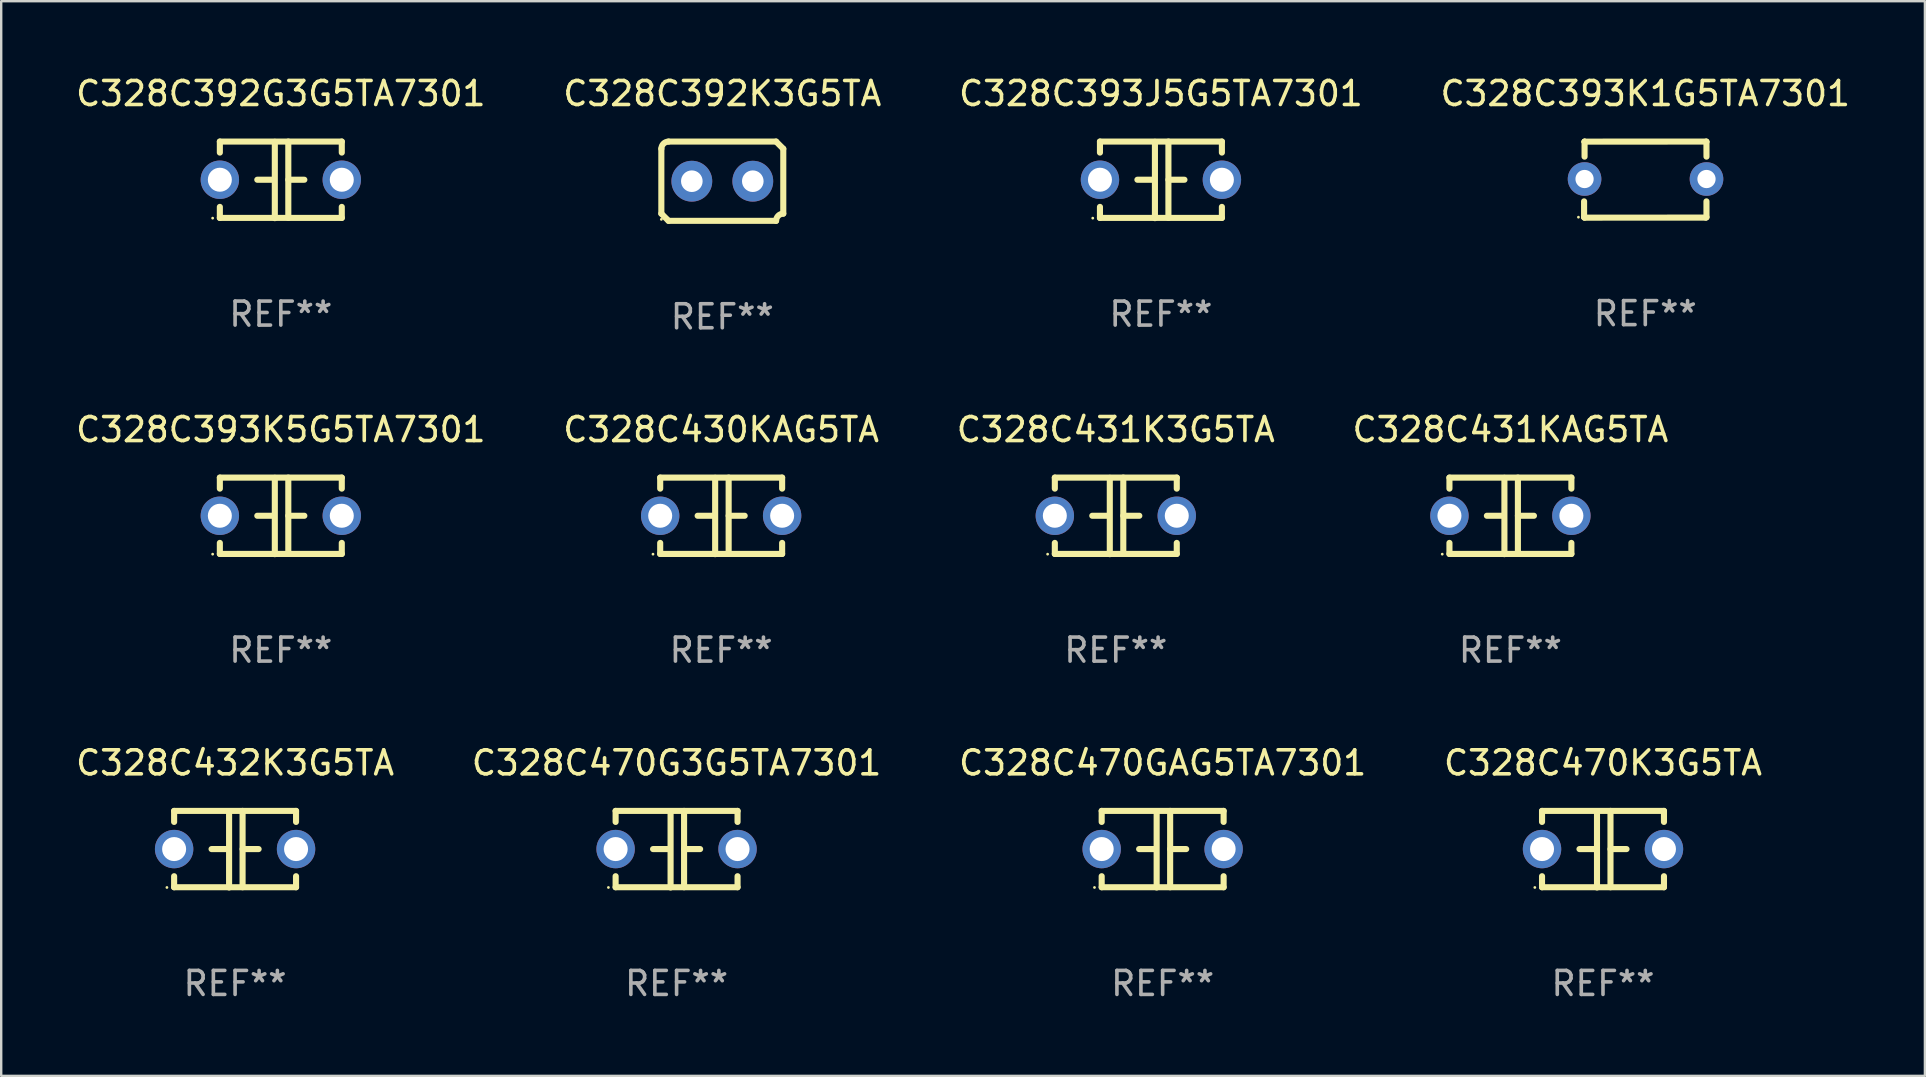
<source format=kicad_pcb>
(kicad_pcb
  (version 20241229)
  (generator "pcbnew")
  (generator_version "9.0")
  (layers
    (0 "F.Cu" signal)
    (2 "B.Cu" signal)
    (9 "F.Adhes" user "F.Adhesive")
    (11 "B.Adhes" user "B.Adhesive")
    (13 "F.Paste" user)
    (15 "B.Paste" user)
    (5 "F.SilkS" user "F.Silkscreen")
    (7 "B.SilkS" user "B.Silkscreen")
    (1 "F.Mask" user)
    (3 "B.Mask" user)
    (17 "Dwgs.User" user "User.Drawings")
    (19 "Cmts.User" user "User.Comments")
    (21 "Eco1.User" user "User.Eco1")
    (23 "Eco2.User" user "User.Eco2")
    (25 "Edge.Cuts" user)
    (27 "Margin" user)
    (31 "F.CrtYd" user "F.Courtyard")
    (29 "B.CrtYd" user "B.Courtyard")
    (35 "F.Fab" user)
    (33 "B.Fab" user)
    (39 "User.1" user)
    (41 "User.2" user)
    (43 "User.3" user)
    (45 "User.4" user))
  (footprint "C328C430KAG5TA"
    (layer "F.Cu")
    (at 26.994 18.442)
    (property "Reference" "C328C430KAG5TA" (at 0 -3.595 0) (layer "F.SilkS") (effects (font (size 1 1) (thickness 0.15))))
    (attr through_hole)
    (fp_line (start -2.54 -1.595) (end -2.54 -1.136) (stroke (width 0.254) (type solid)) (layer "F.SilkS"))
    (fp_line (start -2.54 -1.595) (end 2.54 -1.595) (stroke (width 0.254) (type solid)) (layer "F.SilkS"))
    (fp_line (start -2.54 1.126) (end -2.54 1.585) (stroke (width 0.254) (type solid)) (layer "F.SilkS"))
    (fp_line (start -0.312 -0.005) (end -0.98 -0.005) (stroke (width 0.254) (type solid)) (layer "F.SilkS"))
    (fp_line (start -0.25 -1.585) (end -0.25 1.595) (stroke (width 0.254) (type solid)) (layer "F.SilkS"))
    (fp_line (start 0.312 -1.595) (end 0.312 1.585) (stroke (width 0.254) (type solid)) (layer "F.SilkS"))
    (fp_line (start 0.312 -0.005) (end 0.98 -0.005) (stroke (width 0.254) (type solid)) (layer "F.SilkS"))
    (fp_line (start 2.54 -1.595) (end 2.54 -1.136) (stroke (width 0.254) (type solid)) (layer "F.SilkS"))
    (fp_line (start 2.54 1.126) (end 2.54 1.585) (stroke (width 0.254) (type solid)) (layer "F.SilkS"))
    (fp_line (start 2.54 1.585) (end -2.54 1.585) (stroke (width 0.254) (type solid)) (layer "F.SilkS"))
    (fp_circle (center -2.84 1.595) (end -2.81 1.595) (stroke (width 0.06) (type solid)) (fill no) (layer "F.SilkS"))
    (fp_text user "REF**" (at 0 5.595 0) (layer "F.Fab") (effects (font (size 1 1) (thickness 0.15))))
    (pad "1" thru_hole circle (at -2.54 -0.005) (size 1.6 1.6) (drill 1) (layers "*.Cu" "*.Mask"))
    (pad "2" thru_hole circle (at 2.54 -0.005) (size 1.6 1.6) (drill 1) (layers "*.Cu" "*.Mask")))
  (footprint "C328C432K3G5TA"
    (layer "F.Cu")
    (at 6.744 32.328)
    (property "Reference" "C328C432K3G5TA" (at 0 -3.595 0) (layer "F.SilkS") (effects (font (size 1 1) (thickness 0.15))))
    (attr through_hole)
    (fp_line (start -2.54 -1.595) (end -2.54 -1.136) (stroke (width 0.254) (type solid)) (layer "F.SilkS"))
    (fp_line (start -2.54 -1.595) (end 2.54 -1.595) (stroke (width 0.254) (type solid)) (layer "F.SilkS"))
    (fp_line (start -2.54 1.126) (end -2.54 1.585) (stroke (width 0.254) (type solid)) (layer "F.SilkS"))
    (fp_line (start -0.312 -0.005) (end -0.98 -0.005) (stroke (width 0.254) (type solid)) (layer "F.SilkS"))
    (fp_line (start -0.25 -1.585) (end -0.25 1.595) (stroke (width 0.254) (type solid)) (layer "F.SilkS"))
    (fp_line (start 0.312 -1.595) (end 0.312 1.585) (stroke (width 0.254) (type solid)) (layer "F.SilkS"))
    (fp_line (start 0.312 -0.005) (end 0.98 -0.005) (stroke (width 0.254) (type solid)) (layer "F.SilkS"))
    (fp_line (start 2.54 -1.595) (end 2.54 -1.136) (stroke (width 0.254) (type solid)) (layer "F.SilkS"))
    (fp_line (start 2.54 1.126) (end 2.54 1.585) (stroke (width 0.254) (type solid)) (layer "F.SilkS"))
    (fp_line (start 2.54 1.585) (end -2.54 1.585) (stroke (width 0.254) (type solid)) (layer "F.SilkS"))
    (fp_circle (center -2.84 1.595) (end -2.81 1.595) (stroke (width 0.06) (type solid)) (fill no) (layer "F.SilkS"))
    (fp_text user "REF**" (at 0 5.595 0) (layer "F.Fab") (effects (font (size 1 1) (thickness 0.15))))
    (pad "1" thru_hole circle (at -2.54 -0.005) (size 1.6 1.6) (drill 1) (layers "*.Cu" "*.Mask"))
    (pad "2" thru_hole circle (at 2.54 -0.005) (size 1.6 1.6) (drill 1) (layers "*.Cu" "*.Mask")))
  (footprint "C328C392K3G5TA"
    (layer "F.Cu")
    (at 27.042 4.499)
    (property "Reference" "C328C392K3G5TA" (at 0 -3.651 0) (layer "F.SilkS") (effects (font (size 1 1) (thickness 0.15))))
    (attr through_hole)
    (fp_line (start -2.54 -1.351) (end -2.54 1.351) (stroke (width 0.254) (type solid)) (layer "F.SilkS"))
    (fp_line (start -2.24 -1.651) (end 2.24 -1.651) (stroke (width 0.254) (type solid)) (layer "F.SilkS"))
    (fp_line (start 2.24 1.651) (end -2.24 1.651) (stroke (width 0.254) (type solid)) (layer "F.SilkS"))
    (fp_line (start 2.54 1.351) (end 2.54 -1.351) (stroke (width 0.254) (type solid)) (layer "F.SilkS"))
    (fp_arc (start -2.540005 -1.351283) (mid -2.450115 -1.561309) (end -2.240005 -1.651003) (stroke (width 0.254001) (type solid)) (layer "F.SilkS"))
    (fp_arc (start -2.240287 1.651001) (mid -2.390163 1.501019) (end -2.540005 1.351003) (stroke (width 0.254001) (type solid)) (layer "F.SilkS"))
    (fp_arc (start 2.240005 1.651003) (mid 2.329934 1.441015) (end 2.540005 1.351282) (stroke (width 0.254001) (type solid)) (layer "F.SilkS"))
    (fp_arc (start 2.540005 -1.351003) (mid 2.389393 -1.500252) (end 2.240284 -1.651003) (stroke (width 0.254001) (type solid)) (layer "F.SilkS"))
    (fp_circle (center -2.54 1.59) (end -2.51 1.59) (stroke (width 0.06) (type solid)) (fill no) (layer "F.SilkS"))
    (fp_text user "REF**" (at 0 5.651 0) (layer "F.Fab") (effects (font (size 1 1) (thickness 0.15))))
    (pad "1" thru_hole circle (at -1.27 0) (size 1.7 1.7) (drill 0.9) (layers "*.Cu" "*.Mask"))
    (pad "2" thru_hole circle (at 1.27 0) (size 1.7 1.7) (drill 0.9) (layers "*.Cu" "*.Mask")))
  (footprint "C328C393J5G5TA7301"
    (layer "F.Cu")
    (at 45.315 4.443)
    (property "Reference" "C328C393J5G5TA7301" (at 0 -3.595 0) (layer "F.SilkS") (effects (font (size 1 1) (thickness 0.15))))
    (attr through_hole)
    (fp_line (start -2.54 -1.595) (end -2.54 -1.136) (stroke (width 0.254) (type solid)) (layer "F.SilkS"))
    (fp_line (start -2.54 -1.595) (end 2.54 -1.595) (stroke (width 0.254) (type solid)) (layer "F.SilkS"))
    (fp_line (start -2.54 1.126) (end -2.54 1.585) (stroke (width 0.254) (type solid)) (layer "F.SilkS"))
    (fp_line (start -0.312 -0.005) (end -0.98 -0.005) (stroke (width 0.254) (type solid)) (layer "F.SilkS"))
    (fp_line (start -0.25 -1.585) (end -0.25 1.595) (stroke (width 0.254) (type solid)) (layer "F.SilkS"))
    (fp_line (start 0.312 -1.595) (end 0.312 1.585) (stroke (width 0.254) (type solid)) (layer "F.SilkS"))
    (fp_line (start 0.312 -0.005) (end 0.98 -0.005) (stroke (width 0.254) (type solid)) (layer "F.SilkS"))
    (fp_line (start 2.54 -1.595) (end 2.54 -1.136) (stroke (width 0.254) (type solid)) (layer "F.SilkS"))
    (fp_line (start 2.54 1.126) (end 2.54 1.585) (stroke (width 0.254) (type solid)) (layer "F.SilkS"))
    (fp_line (start 2.54 1.585) (end -2.54 1.585) (stroke (width 0.254) (type solid)) (layer "F.SilkS"))
    (fp_circle (center -2.84 1.595) (end -2.81 1.595) (stroke (width 0.06) (type solid)) (fill no) (layer "F.SilkS"))
    (fp_text user "REF**" (at 0 5.595 0) (layer "F.Fab") (effects (font (size 1 1) (thickness 0.15))))
    (pad "1" thru_hole circle (at -2.54 -0.005) (size 1.6 1.6) (drill 1) (layers "*.Cu" "*.Mask"))
    (pad "2" thru_hole circle (at 2.54 -0.005) (size 1.6 1.6) (drill 1) (layers "*.Cu" "*.Mask")))
  (footprint "C328C393K5G5TA7301"
    (layer "F.Cu")
    (at 8.649 18.442)
    (property "Reference" "C328C393K5G5TA7301" (at 0 -3.595 0) (layer "F.SilkS") (effects (font (size 1 1) (thickness 0.15))))
    (attr through_hole)
    (fp_line (start -2.54 -1.595) (end -2.54 -1.136) (stroke (width 0.254) (type solid)) (layer "F.SilkS"))
    (fp_line (start -2.54 -1.595) (end 2.54 -1.595) (stroke (width 0.254) (type solid)) (layer "F.SilkS"))
    (fp_line (start -2.54 1.126) (end -2.54 1.585) (stroke (width 0.254) (type solid)) (layer "F.SilkS"))
    (fp_line (start -0.312 -0.005) (end -0.98 -0.005) (stroke (width 0.254) (type solid)) (layer "F.SilkS"))
    (fp_line (start -0.25 -1.585) (end -0.25 1.595) (stroke (width 0.254) (type solid)) (layer "F.SilkS"))
    (fp_line (start 0.312 -1.595) (end 0.312 1.585) (stroke (width 0.254) (type solid)) (layer "F.SilkS"))
    (fp_line (start 0.312 -0.005) (end 0.98 -0.005) (stroke (width 0.254) (type solid)) (layer "F.SilkS"))
    (fp_line (start 2.54 -1.595) (end 2.54 -1.136) (stroke (width 0.254) (type solid)) (layer "F.SilkS"))
    (fp_line (start 2.54 1.126) (end 2.54 1.585) (stroke (width 0.254) (type solid)) (layer "F.SilkS"))
    (fp_line (start 2.54 1.585) (end -2.54 1.585) (stroke (width 0.254) (type solid)) (layer "F.SilkS"))
    (fp_circle (center -2.84 1.595) (end -2.81 1.595) (stroke (width 0.06) (type solid)) (fill no) (layer "F.SilkS"))
    (fp_text user "REF**" (at 0 5.595 0) (layer "F.Fab") (effects (font (size 1 1) (thickness 0.15))))
    (pad "1" thru_hole circle (at -2.54 -0.005) (size 1.6 1.6) (drill 1) (layers "*.Cu" "*.Mask"))
    (pad "2" thru_hole circle (at 2.54 -0.005) (size 1.6 1.6) (drill 1) (layers "*.Cu" "*.Mask")))
  (footprint "C328C470G3G5TA7301"
    (layer "F.Cu")
    (at 25.137 32.328)
    (property "Reference" "C328C470G3G5TA7301" (at 0 -3.595 0) (layer "F.SilkS") (effects (font (size 1 1) (thickness 0.15))))
    (attr through_hole)
    (fp_line (start -2.54 -1.595) (end -2.54 -1.136) (stroke (width 0.254) (type solid)) (layer "F.SilkS"))
    (fp_line (start -2.54 -1.595) (end 2.54 -1.595) (stroke (width 0.254) (type solid)) (layer "F.SilkS"))
    (fp_line (start -2.54 1.126) (end -2.54 1.585) (stroke (width 0.254) (type solid)) (layer "F.SilkS"))
    (fp_line (start -0.312 -0.005) (end -0.98 -0.005) (stroke (width 0.254) (type solid)) (layer "F.SilkS"))
    (fp_line (start -0.25 -1.585) (end -0.25 1.595) (stroke (width 0.254) (type solid)) (layer "F.SilkS"))
    (fp_line (start 0.312 -1.595) (end 0.312 1.585) (stroke (width 0.254) (type solid)) (layer "F.SilkS"))
    (fp_line (start 0.312 -0.005) (end 0.98 -0.005) (stroke (width 0.254) (type solid)) (layer "F.SilkS"))
    (fp_line (start 2.54 -1.595) (end 2.54 -1.136) (stroke (width 0.254) (type solid)) (layer "F.SilkS"))
    (fp_line (start 2.54 1.126) (end 2.54 1.585) (stroke (width 0.254) (type solid)) (layer "F.SilkS"))
    (fp_line (start 2.54 1.585) (end -2.54 1.585) (stroke (width 0.254) (type solid)) (layer "F.SilkS"))
    (fp_circle (center -2.84 1.595) (end -2.81 1.595) (stroke (width 0.06) (type solid)) (fill no) (layer "F.SilkS"))
    (fp_text user "REF**" (at 0 5.595 0) (layer "F.Fab") (effects (font (size 1 1) (thickness 0.15))))
    (pad "1" thru_hole circle (at -2.54 -0.005) (size 1.6 1.6) (drill 1) (layers "*.Cu" "*.Mask"))
    (pad "2" thru_hole circle (at 2.54 -0.005) (size 1.6 1.6) (drill 1) (layers "*.Cu" "*.Mask")))
  (footprint "C328C470GAG5TA7301"
    (layer "F.Cu")
    (at 45.387 32.328)
    (property "Reference" "C328C470GAG5TA7301" (at 0 -3.595 0) (layer "F.SilkS") (effects (font (size 1 1) (thickness 0.15))))
    (attr through_hole)
    (fp_line (start -2.54 -1.595) (end -2.54 -1.136) (stroke (width 0.254) (type solid)) (layer "F.SilkS"))
    (fp_line (start -2.54 -1.595) (end 2.54 -1.595) (stroke (width 0.254) (type solid)) (layer "F.SilkS"))
    (fp_line (start -2.54 1.126) (end -2.54 1.585) (stroke (width 0.254) (type solid)) (layer "F.SilkS"))
    (fp_line (start -0.312 -0.005) (end -0.98 -0.005) (stroke (width 0.254) (type solid)) (layer "F.SilkS"))
    (fp_line (start -0.25 -1.585) (end -0.25 1.595) (stroke (width 0.254) (type solid)) (layer "F.SilkS"))
    (fp_line (start 0.312 -1.595) (end 0.312 1.585) (stroke (width 0.254) (type solid)) (layer "F.SilkS"))
    (fp_line (start 0.312 -0.005) (end 0.98 -0.005) (stroke (width 0.254) (type solid)) (layer "F.SilkS"))
    (fp_line (start 2.54 -1.595) (end 2.54 -1.136) (stroke (width 0.254) (type solid)) (layer "F.SilkS"))
    (fp_line (start 2.54 1.126) (end 2.54 1.585) (stroke (width 0.254) (type solid)) (layer "F.SilkS"))
    (fp_line (start 2.54 1.585) (end -2.54 1.585) (stroke (width 0.254) (type solid)) (layer "F.SilkS"))
    (fp_circle (center -2.84 1.595) (end -2.81 1.595) (stroke (width 0.06) (type solid)) (fill no) (layer "F.SilkS"))
    (fp_text user "REF**" (at 0 5.595 0) (layer "F.Fab") (effects (font (size 1 1) (thickness 0.15))))
    (pad "1" thru_hole circle (at -2.54 -0.005) (size 1.6 1.6) (drill 1) (layers "*.Cu" "*.Mask"))
    (pad "2" thru_hole circle (at 2.54 -0.005) (size 1.6 1.6) (drill 1) (layers "*.Cu" "*.Mask")))
  (footprint "C328C392G3G5TA7301"
    (layer "F.Cu")
    (at 8.649 4.443)
    (property "Reference" "C328C392G3G5TA7301" (at 0 -3.595 0) (layer "F.SilkS") (effects (font (size 1 1) (thickness 0.15))))
    (attr through_hole)
    (fp_line (start -2.54 -1.595) (end -2.54 -1.136) (stroke (width 0.254) (type solid)) (layer "F.SilkS"))
    (fp_line (start -2.54 -1.595) (end 2.54 -1.595) (stroke (width 0.254) (type solid)) (layer "F.SilkS"))
    (fp_line (start -2.54 1.126) (end -2.54 1.585) (stroke (width 0.254) (type solid)) (layer "F.SilkS"))
    (fp_line (start -0.312 -0.005) (end -0.98 -0.005) (stroke (width 0.254) (type solid)) (layer "F.SilkS"))
    (fp_line (start -0.25 -1.585) (end -0.25 1.595) (stroke (width 0.254) (type solid)) (layer "F.SilkS"))
    (fp_line (start 0.312 -1.595) (end 0.312 1.585) (stroke (width 0.254) (type solid)) (layer "F.SilkS"))
    (fp_line (start 0.312 -0.005) (end 0.98 -0.005) (stroke (width 0.254) (type solid)) (layer "F.SilkS"))
    (fp_line (start 2.54 -1.595) (end 2.54 -1.136) (stroke (width 0.254) (type solid)) (layer "F.SilkS"))
    (fp_line (start 2.54 1.126) (end 2.54 1.585) (stroke (width 0.254) (type solid)) (layer "F.SilkS"))
    (fp_line (start 2.54 1.585) (end -2.54 1.585) (stroke (width 0.254) (type solid)) (layer "F.SilkS"))
    (fp_circle (center -2.84 1.595) (end -2.81 1.595) (stroke (width 0.06) (type solid)) (fill no) (layer "F.SilkS"))
    (fp_text user "REF**" (at 0 5.595 0) (layer "F.Fab") (effects (font (size 1 1) (thickness 0.15))))
    (pad "1" thru_hole circle (at -2.54 -0.005) (size 1.6 1.6) (drill 1) (layers "*.Cu" "*.Mask"))
    (pad "2" thru_hole circle (at 2.54 -0.005) (size 1.6 1.6) (drill 1) (layers "*.Cu" "*.Mask")))
  (footprint "C328C393K1G5TA7301"
    (layer "F.Cu")
    (at 65.494 4.433)
    (property "Reference" "C328C393K1G5TA7301" (at 0 -3.585 0) (layer "F.SilkS") (effects (font (size 1 1) (thickness 0.15))))
    (attr through_hole)
    (fp_line (start -2.55 1.566) (end -2.55 0.906) (stroke (width 0.254) (type solid)) (layer "F.SilkS"))
    (fp_line (start -2.531 1.585) (end -2.55 1.566) (stroke (width 0.254) (type solid)) (layer "F.SilkS"))
    (fp_line (start -2.53 -1.577) (end -2.53 -1.577) (stroke (width 0.254) (type solid)) (layer "F.SilkS"))
    (fp_line (start -2.53 -1.577) (end -2.528 -1.583) (stroke (width 0.254) (type solid)) (layer "F.SilkS"))
    (fp_line (start -2.53 -0.957) (end -2.53 -1.577) (stroke (width 0.254) (type solid)) (layer "F.SilkS"))
    (fp_line (start -2.528 -1.583) (end 2.54 -1.585) (stroke (width 0.254) (type solid)) (layer "F.SilkS"))
    (fp_line (start 2.524 1.582) (end -2.531 1.585) (stroke (width 0.254) (type solid)) (layer "F.SilkS"))
    (fp_line (start 2.54 -1.585) (end 2.548 -1.575) (stroke (width 0.254) (type solid)) (layer "F.SilkS"))
    (fp_line (start 2.548 -1.575) (end 2.55 -0.957) (stroke (width 0.254) (type solid)) (layer "F.SilkS"))
    (fp_line (start 2.549 0.906) (end 2.549 1.566) (stroke (width 0.254) (type solid)) (layer "F.SilkS"))
    (fp_line (start 2.549 1.566) (end 2.524 1.582) (stroke (width 0.254) (type solid)) (layer "F.SilkS"))
    (fp_circle (center -2.785 1.565) (end -2.755 1.565) (stroke (width 0.06) (type solid)) (fill no) (layer "F.SilkS"))
    (fp_text user "REF**" (at 0 5.585 0) (layer "F.Fab") (effects (font (size 1 1) (thickness 0.15))))
    (pad "1" thru_hole circle (at -2.53 -0.025) (size 1.4 1.4) (drill 0.76) (layers "*.Cu" "*.Mask"))
    (pad "2" thru_hole circle (at 2.55 -0.025) (size 1.4 1.4) (drill 0.76) (layers "*.Cu" "*.Mask")))
  (footprint "C328C431KAG5TA"
    (layer "F.Cu")
    (at 59.875 18.442)
    (property "Reference" "C328C431KAG5TA" (at 0 -3.595 0) (layer "F.SilkS") (effects (font (size 1 1) (thickness 0.15))))
    (attr through_hole)
    (fp_line (start -2.54 -1.595) (end -2.54 -1.136) (stroke (width 0.254) (type solid)) (layer "F.SilkS"))
    (fp_line (start -2.54 -1.595) (end 2.54 -1.595) (stroke (width 0.254) (type solid)) (layer "F.SilkS"))
    (fp_line (start -2.54 1.126) (end -2.54 1.585) (stroke (width 0.254) (type solid)) (layer "F.SilkS"))
    (fp_line (start -0.312 -0.005) (end -0.98 -0.005) (stroke (width 0.254) (type solid)) (layer "F.SilkS"))
    (fp_line (start -0.25 -1.585) (end -0.25 1.595) (stroke (width 0.254) (type solid)) (layer "F.SilkS"))
    (fp_line (start 0.312 -1.595) (end 0.312 1.585) (stroke (width 0.254) (type solid)) (layer "F.SilkS"))
    (fp_line (start 0.312 -0.005) (end 0.98 -0.005) (stroke (width 0.254) (type solid)) (layer "F.SilkS"))
    (fp_line (start 2.54 -1.595) (end 2.54 -1.136) (stroke (width 0.254) (type solid)) (layer "F.SilkS"))
    (fp_line (start 2.54 1.126) (end 2.54 1.585) (stroke (width 0.254) (type solid)) (layer "F.SilkS"))
    (fp_line (start 2.54 1.585) (end -2.54 1.585) (stroke (width 0.254) (type solid)) (layer "F.SilkS"))
    (fp_circle (center -2.84 1.595) (end -2.81 1.595) (stroke (width 0.06) (type solid)) (fill no) (layer "F.SilkS"))
    (fp_text user "REF**" (at 0 5.595 0) (layer "F.Fab") (effects (font (size 1 1) (thickness 0.15))))
    (pad "1" thru_hole circle (at -2.54 -0.005) (size 1.6 1.6) (drill 1) (layers "*.Cu" "*.Mask"))
    (pad "2" thru_hole circle (at 2.54 -0.005) (size 1.6 1.6) (drill 1) (layers "*.Cu" "*.Mask")))
  (footprint "C328C470K3G5TA"
    (layer "F.Cu")
    (at 63.732 32.328)
    (property "Reference" "C328C470K3G5TA" (at 0 -3.595 0) (layer "F.SilkS") (effects (font (size 1 1) (thickness 0.15))))
    (attr through_hole)
    (fp_line (start -2.54 -1.595) (end -2.54 -1.136) (stroke (width 0.254) (type solid)) (layer "F.SilkS"))
    (fp_line (start -2.54 -1.595) (end 2.54 -1.595) (stroke (width 0.254) (type solid)) (layer "F.SilkS"))
    (fp_line (start -2.54 1.126) (end -2.54 1.585) (stroke (width 0.254) (type solid)) (layer "F.SilkS"))
    (fp_line (start -0.312 -0.005) (end -0.98 -0.005) (stroke (width 0.254) (type solid)) (layer "F.SilkS"))
    (fp_line (start -0.25 -1.585) (end -0.25 1.595) (stroke (width 0.254) (type solid)) (layer "F.SilkS"))
    (fp_line (start 0.312 -1.595) (end 0.312 1.585) (stroke (width 0.254) (type solid)) (layer "F.SilkS"))
    (fp_line (start 0.312 -0.005) (end 0.98 -0.005) (stroke (width 0.254) (type solid)) (layer "F.SilkS"))
    (fp_line (start 2.54 -1.595) (end 2.54 -1.136) (stroke (width 0.254) (type solid)) (layer "F.SilkS"))
    (fp_line (start 2.54 1.126) (end 2.54 1.585) (stroke (width 0.254) (type solid)) (layer "F.SilkS"))
    (fp_line (start 2.54 1.585) (end -2.54 1.585) (stroke (width 0.254) (type solid)) (layer "F.SilkS"))
    (fp_circle (center -2.84 1.595) (end -2.81 1.595) (stroke (width 0.06) (type solid)) (fill no) (layer "F.SilkS"))
    (fp_text user "REF**" (at 0 5.595 0) (layer "F.Fab") (effects (font (size 1 1) (thickness 0.15))))
    (pad "1" thru_hole circle (at -2.54 -0.005) (size 1.6 1.6) (drill 1) (layers "*.Cu" "*.Mask"))
    (pad "2" thru_hole circle (at 2.54 -0.005) (size 1.6 1.6) (drill 1) (layers "*.Cu" "*.Mask")))
  (footprint "C328C431K3G5TA"
    (layer "F.Cu")
    (at 43.435 18.442)
    (property "Reference" "C328C431K3G5TA" (at 0 -3.595 0) (layer "F.SilkS") (effects (font (size 1 1) (thickness 0.15))))
    (attr through_hole)
    (fp_line (start -2.54 -1.595) (end -2.54 -1.136) (stroke (width 0.254) (type solid)) (layer "F.SilkS"))
    (fp_line (start -2.54 -1.595) (end 2.54 -1.595) (stroke (width 0.254) (type solid)) (layer "F.SilkS"))
    (fp_line (start -2.54 1.126) (end -2.54 1.585) (stroke (width 0.254) (type solid)) (layer "F.SilkS"))
    (fp_line (start -0.312 -0.005) (end -0.98 -0.005) (stroke (width 0.254) (type solid)) (layer "F.SilkS"))
    (fp_line (start -0.25 -1.585) (end -0.25 1.595) (stroke (width 0.254) (type solid)) (layer "F.SilkS"))
    (fp_line (start 0.312 -1.595) (end 0.312 1.585) (stroke (width 0.254) (type solid)) (layer "F.SilkS"))
    (fp_line (start 0.312 -0.005) (end 0.98 -0.005) (stroke (width 0.254) (type solid)) (layer "F.SilkS"))
    (fp_line (start 2.54 -1.595) (end 2.54 -1.136) (stroke (width 0.254) (type solid)) (layer "F.SilkS"))
    (fp_line (start 2.54 1.126) (end 2.54 1.585) (stroke (width 0.254) (type solid)) (layer "F.SilkS"))
    (fp_line (start 2.54 1.585) (end -2.54 1.585) (stroke (width 0.254) (type solid)) (layer "F.SilkS"))
    (fp_circle (center -2.84 1.595) (end -2.81 1.595) (stroke (width 0.06) (type solid)) (fill no) (layer "F.SilkS"))
    (fp_text user "REF**" (at 0 5.595 0) (layer "F.Fab") (effects (font (size 1 1) (thickness 0.15))))
    (pad "1" thru_hole circle (at -2.54 -0.005) (size 1.6 1.6) (drill 1) (layers "*.Cu" "*.Mask"))
    (pad "2" thru_hole circle (at 2.54 -0.005) (size 1.6 1.6) (drill 1) (layers "*.Cu" "*.Mask")))
  (gr_rect
    (start -3 -3)
    (end 77.143 41.771)
    (stroke (width 0.1) (type default))
    (fill no)
    (layer "Edge.Cuts")))
</source>
